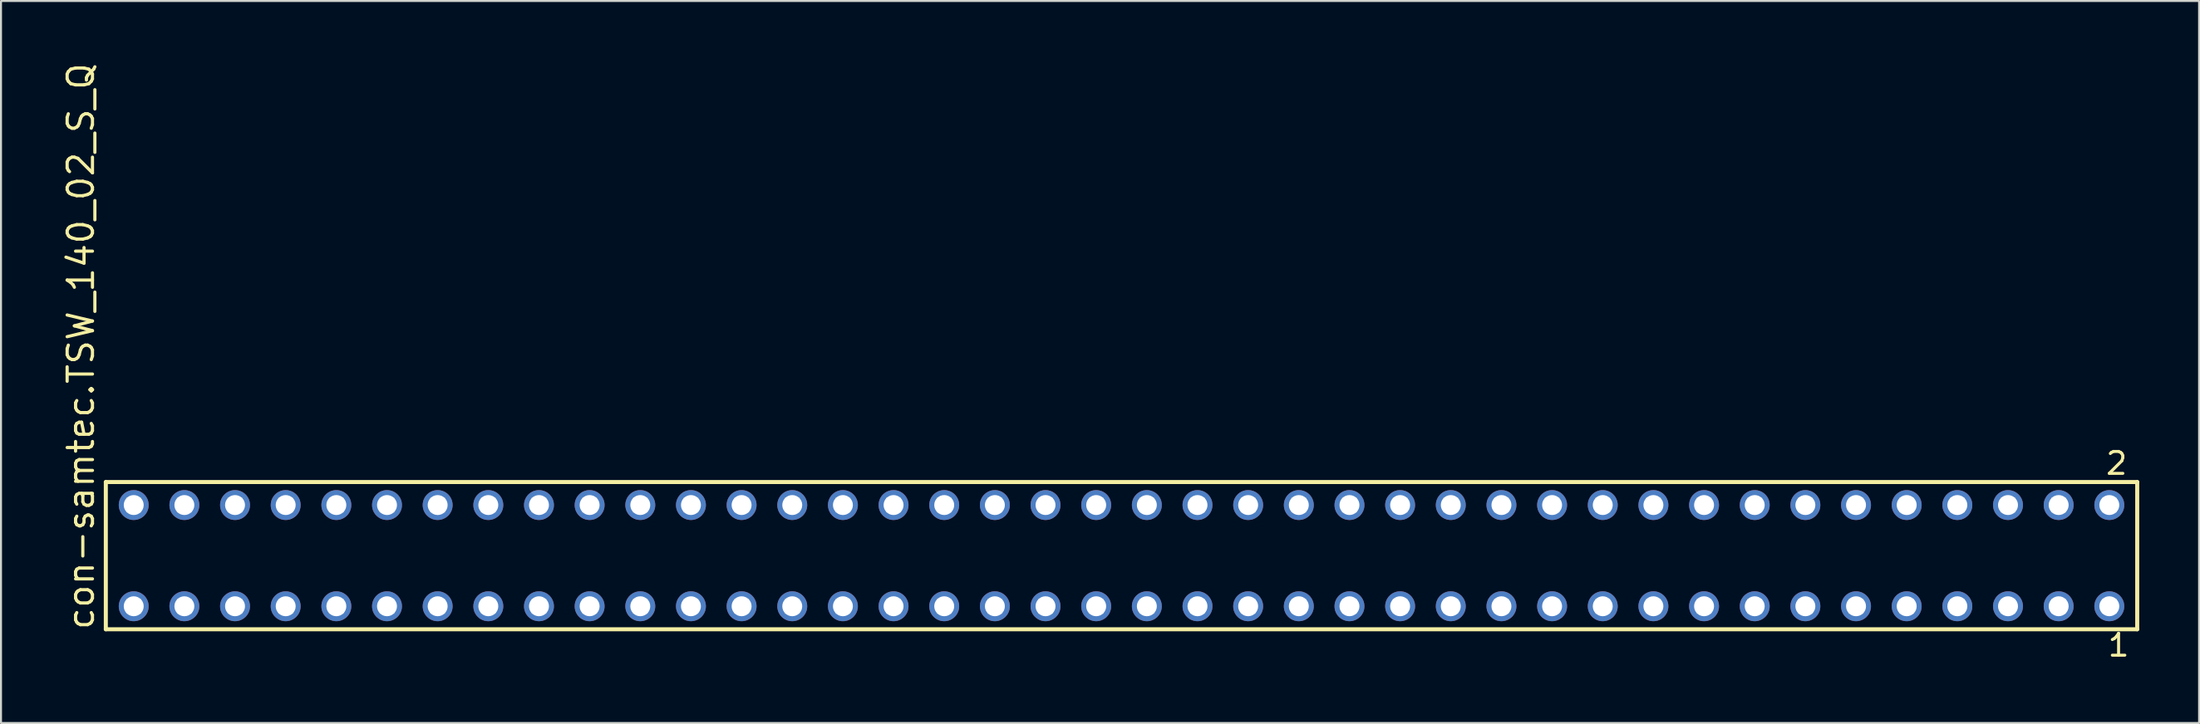
<source format=kicad_pcb>
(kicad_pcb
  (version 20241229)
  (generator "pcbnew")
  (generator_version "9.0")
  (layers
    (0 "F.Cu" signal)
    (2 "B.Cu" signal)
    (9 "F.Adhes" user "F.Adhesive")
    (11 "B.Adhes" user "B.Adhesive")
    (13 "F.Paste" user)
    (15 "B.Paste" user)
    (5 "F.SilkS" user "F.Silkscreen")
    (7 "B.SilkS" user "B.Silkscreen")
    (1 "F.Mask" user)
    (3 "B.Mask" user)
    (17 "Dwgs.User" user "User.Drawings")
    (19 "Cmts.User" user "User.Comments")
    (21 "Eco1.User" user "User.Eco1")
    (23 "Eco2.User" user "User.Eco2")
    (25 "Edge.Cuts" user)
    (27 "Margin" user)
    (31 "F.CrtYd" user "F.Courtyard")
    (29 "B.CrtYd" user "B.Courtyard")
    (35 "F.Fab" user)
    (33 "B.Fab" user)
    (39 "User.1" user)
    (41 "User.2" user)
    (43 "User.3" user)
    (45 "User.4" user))
  (footprint "con-samtec.TSW_140_02_S_Q"
    (layer "F.Cu")
    (at 53.185 24.84)
    (property "Reference" "con-samtec.TSW_140_02_S_Q" (at -51.435 3.81 90) (layer "F.SilkS") (effects (font (size 1.27 1.27) (thickness 0.16)) (justify left bottom)))
    (attr through_hole)
    (fp_line (start -50.929 -3.695) (end 50.929 -3.695) (stroke (width 0.203) (type default)) (layer "F.SilkS"))
    (fp_line (start -50.929 3.695) (end -50.929 -3.695) (stroke (width 0.203) (type default)) (layer "F.SilkS"))
    (fp_line (start 50.929 -3.695) (end 50.929 3.695) (stroke (width 0.203) (type default)) (layer "F.SilkS"))
    (fp_line (start 50.929 3.695) (end -50.929 3.695) (stroke (width 0.203) (type default)) (layer "F.SilkS"))
    (fp_rect (start -49.88 -2.19) (end -49.18 -2.89) (stroke (width 0.05) (type default)) (fill no) (layer "F.Fab"))
    (fp_rect (start -49.88 2.89) (end -49.18 2.19) (stroke (width 0.05) (type default)) (fill no) (layer "F.Fab"))
    (fp_rect (start -47.34 -2.19) (end -46.64 -2.89) (stroke (width 0.05) (type default)) (fill no) (layer "F.Fab"))
    (fp_rect (start -47.34 2.89) (end -46.64 2.19) (stroke (width 0.05) (type default)) (fill no) (layer "F.Fab"))
    (fp_rect (start -44.8 -2.19) (end -44.1 -2.89) (stroke (width 0.05) (type default)) (fill no) (layer "F.Fab"))
    (fp_rect (start -44.8 2.89) (end -44.1 2.19) (stroke (width 0.05) (type default)) (fill no) (layer "F.Fab"))
    (fp_rect (start -42.26 -2.19) (end -41.56 -2.89) (stroke (width 0.05) (type default)) (fill no) (layer "F.Fab"))
    (fp_rect (start -42.26 2.89) (end -41.56 2.19) (stroke (width 0.05) (type default)) (fill no) (layer "F.Fab"))
    (fp_rect (start -39.72 -2.19) (end -39.02 -2.89) (stroke (width 0.05) (type default)) (fill no) (layer "F.Fab"))
    (fp_rect (start -39.72 2.89) (end -39.02 2.19) (stroke (width 0.05) (type default)) (fill no) (layer "F.Fab"))
    (fp_rect (start -37.18 -2.19) (end -36.48 -2.89) (stroke (width 0.05) (type default)) (fill no) (layer "F.Fab"))
    (fp_rect (start -37.18 2.89) (end -36.48 2.19) (stroke (width 0.05) (type default)) (fill no) (layer "F.Fab"))
    (fp_rect (start -34.64 -2.19) (end -33.94 -2.89) (stroke (width 0.05) (type default)) (fill no) (layer "F.Fab"))
    (fp_rect (start -34.64 2.89) (end -33.94 2.19) (stroke (width 0.05) (type default)) (fill no) (layer "F.Fab"))
    (fp_rect (start -32.1 -2.19) (end -31.4 -2.89) (stroke (width 0.05) (type default)) (fill no) (layer "F.Fab"))
    (fp_rect (start -32.1 2.89) (end -31.4 2.19) (stroke (width 0.05) (type default)) (fill no) (layer "F.Fab"))
    (fp_rect (start -29.56 -2.19) (end -28.86 -2.89) (stroke (width 0.05) (type default)) (fill no) (layer "F.Fab"))
    (fp_rect (start -29.56 2.89) (end -28.86 2.19) (stroke (width 0.05) (type default)) (fill no) (layer "F.Fab"))
    (fp_rect (start -27.02 -2.19) (end -26.32 -2.89) (stroke (width 0.05) (type default)) (fill no) (layer "F.Fab"))
    (fp_rect (start -27.02 2.89) (end -26.32 2.19) (stroke (width 0.05) (type default)) (fill no) (layer "F.Fab"))
    (fp_rect (start -24.48 -2.19) (end -23.78 -2.89) (stroke (width 0.05) (type default)) (fill no) (layer "F.Fab"))
    (fp_rect (start -24.48 2.89) (end -23.78 2.19) (stroke (width 0.05) (type default)) (fill no) (layer "F.Fab"))
    (fp_rect (start -21.94 -2.19) (end -21.24 -2.89) (stroke (width 0.05) (type default)) (fill no) (layer "F.Fab"))
    (fp_rect (start -21.94 2.89) (end -21.24 2.19) (stroke (width 0.05) (type default)) (fill no) (layer "F.Fab"))
    (fp_rect (start -19.4 -2.19) (end -18.7 -2.89) (stroke (width 0.05) (type default)) (fill no) (layer "F.Fab"))
    (fp_rect (start -19.4 2.89) (end -18.7 2.19) (stroke (width 0.05) (type default)) (fill no) (layer "F.Fab"))
    (fp_rect (start -16.86 -2.19) (end -16.16 -2.89) (stroke (width 0.05) (type default)) (fill no) (layer "F.Fab"))
    (fp_rect (start -16.86 2.89) (end -16.16 2.19) (stroke (width 0.05) (type default)) (fill no) (layer "F.Fab"))
    (fp_rect (start -14.32 -2.19) (end -13.62 -2.89) (stroke (width 0.05) (type default)) (fill no) (layer "F.Fab"))
    (fp_rect (start -14.32 2.89) (end -13.62 2.19) (stroke (width 0.05) (type default)) (fill no) (layer "F.Fab"))
    (fp_rect (start -11.78 -2.19) (end -11.08 -2.89) (stroke (width 0.05) (type default)) (fill no) (layer "F.Fab"))
    (fp_rect (start -11.78 2.89) (end -11.08 2.19) (stroke (width 0.05) (type default)) (fill no) (layer "F.Fab"))
    (fp_rect (start -9.24 -2.19) (end -8.54 -2.89) (stroke (width 0.05) (type default)) (fill no) (layer "F.Fab"))
    (fp_rect (start -9.24 2.89) (end -8.54 2.19) (stroke (width 0.05) (type default)) (fill no) (layer "F.Fab"))
    (fp_rect (start -6.7 -2.19) (end -6 -2.89) (stroke (width 0.05) (type default)) (fill no) (layer "F.Fab"))
    (fp_rect (start -6.7 2.89) (end -6 2.19) (stroke (width 0.05) (type default)) (fill no) (layer "F.Fab"))
    (fp_rect (start -4.16 -2.19) (end -3.46 -2.89) (stroke (width 0.05) (type default)) (fill no) (layer "F.Fab"))
    (fp_rect (start -4.16 2.89) (end -3.46 2.19) (stroke (width 0.05) (type default)) (fill no) (layer "F.Fab"))
    (fp_rect (start -1.62 -2.19) (end -0.92 -2.89) (stroke (width 0.05) (type default)) (fill no) (layer "F.Fab"))
    (fp_rect (start -1.62 2.89) (end -0.92 2.19) (stroke (width 0.05) (type default)) (fill no) (layer "F.Fab"))
    (fp_rect (start 0.92 -2.19) (end 1.62 -2.89) (stroke (width 0.05) (type default)) (fill no) (layer "F.Fab"))
    (fp_rect (start 0.92 2.89) (end 1.62 2.19) (stroke (width 0.05) (type default)) (fill no) (layer "F.Fab"))
    (fp_rect (start 3.46 -2.19) (end 4.16 -2.89) (stroke (width 0.05) (type default)) (fill no) (layer "F.Fab"))
    (fp_rect (start 3.46 2.89) (end 4.16 2.19) (stroke (width 0.05) (type default)) (fill no) (layer "F.Fab"))
    (fp_rect (start 6 -2.19) (end 6.7 -2.89) (stroke (width 0.05) (type default)) (fill no) (layer "F.Fab"))
    (fp_rect (start 6 2.89) (end 6.7 2.19) (stroke (width 0.05) (type default)) (fill no) (layer "F.Fab"))
    (fp_rect (start 8.54 -2.19) (end 9.24 -2.89) (stroke (width 0.05) (type default)) (fill no) (layer "F.Fab"))
    (fp_rect (start 8.54 2.89) (end 9.24 2.19) (stroke (width 0.05) (type default)) (fill no) (layer "F.Fab"))
    (fp_rect (start 11.08 -2.19) (end 11.78 -2.89) (stroke (width 0.05) (type default)) (fill no) (layer "F.Fab"))
    (fp_rect (start 11.08 2.89) (end 11.78 2.19) (stroke (width 0.05) (type default)) (fill no) (layer "F.Fab"))
    (fp_rect (start 13.62 -2.19) (end 14.32 -2.89) (stroke (width 0.05) (type default)) (fill no) (layer "F.Fab"))
    (fp_rect (start 13.62 2.89) (end 14.32 2.19) (stroke (width 0.05) (type default)) (fill no) (layer "F.Fab"))
    (fp_rect (start 16.16 -2.19) (end 16.86 -2.89) (stroke (width 0.05) (type default)) (fill no) (layer "F.Fab"))
    (fp_rect (start 16.16 2.89) (end 16.86 2.19) (stroke (width 0.05) (type default)) (fill no) (layer "F.Fab"))
    (fp_rect (start 18.7 -2.19) (end 19.4 -2.89) (stroke (width 0.05) (type default)) (fill no) (layer "F.Fab"))
    (fp_rect (start 18.7 2.89) (end 19.4 2.19) (stroke (width 0.05) (type default)) (fill no) (layer "F.Fab"))
    (fp_rect (start 21.24 -2.19) (end 21.94 -2.89) (stroke (width 0.05) (type default)) (fill no) (layer "F.Fab"))
    (fp_rect (start 21.24 2.89) (end 21.94 2.19) (stroke (width 0.05) (type default)) (fill no) (layer "F.Fab"))
    (fp_rect (start 23.78 -2.19) (end 24.48 -2.89) (stroke (width 0.05) (type default)) (fill no) (layer "F.Fab"))
    (fp_rect (start 23.78 2.89) (end 24.48 2.19) (stroke (width 0.05) (type default)) (fill no) (layer "F.Fab"))
    (fp_rect (start 26.32 -2.19) (end 27.02 -2.89) (stroke (width 0.05) (type default)) (fill no) (layer "F.Fab"))
    (fp_rect (start 26.32 2.89) (end 27.02 2.19) (stroke (width 0.05) (type default)) (fill no) (layer "F.Fab"))
    (fp_rect (start 28.86 -2.19) (end 29.56 -2.89) (stroke (width 0.05) (type default)) (fill no) (layer "F.Fab"))
    (fp_rect (start 28.86 2.89) (end 29.56 2.19) (stroke (width 0.05) (type default)) (fill no) (layer "F.Fab"))
    (fp_rect (start 31.4 -2.19) (end 32.1 -2.89) (stroke (width 0.05) (type default)) (fill no) (layer "F.Fab"))
    (fp_rect (start 31.4 2.89) (end 32.1 2.19) (stroke (width 0.05) (type default)) (fill no) (layer "F.Fab"))
    (fp_rect (start 33.94 -2.19) (end 34.64 -2.89) (stroke (width 0.05) (type default)) (fill no) (layer "F.Fab"))
    (fp_rect (start 33.94 2.89) (end 34.64 2.19) (stroke (width 0.05) (type default)) (fill no) (layer "F.Fab"))
    (fp_rect (start 36.48 -2.19) (end 37.18 -2.89) (stroke (width 0.05) (type default)) (fill no) (layer "F.Fab"))
    (fp_rect (start 36.48 2.89) (end 37.18 2.19) (stroke (width 0.05) (type default)) (fill no) (layer "F.Fab"))
    (fp_rect (start 39.02 -2.19) (end 39.72 -2.89) (stroke (width 0.05) (type default)) (fill no) (layer "F.Fab"))
    (fp_rect (start 39.02 2.89) (end 39.72 2.19) (stroke (width 0.05) (type default)) (fill no) (layer "F.Fab"))
    (fp_rect (start 41.56 -2.19) (end 42.26 -2.89) (stroke (width 0.05) (type default)) (fill no) (layer "F.Fab"))
    (fp_rect (start 41.56 2.89) (end 42.26 2.19) (stroke (width 0.05) (type default)) (fill no) (layer "F.Fab"))
    (fp_rect (start 44.1 -2.19) (end 44.8 -2.89) (stroke (width 0.05) (type default)) (fill no) (layer "F.Fab"))
    (fp_rect (start 44.1 2.89) (end 44.8 2.19) (stroke (width 0.05) (type default)) (fill no) (layer "F.Fab"))
    (fp_rect (start 46.64 -2.19) (end 47.34 -2.89) (stroke (width 0.05) (type default)) (fill no) (layer "F.Fab"))
    (fp_rect (start 46.64 2.89) (end 47.34 2.19) (stroke (width 0.05) (type default)) (fill no) (layer "F.Fab"))
    (fp_rect (start 49.18 -2.19) (end 49.88 -2.89) (stroke (width 0.05) (type default)) (fill no) (layer "F.Fab"))
    (fp_rect (start 49.18 2.89) (end 49.88 2.19) (stroke (width 0.05) (type default)) (fill no) (layer "F.Fab"))
    (fp_text user "1" (at 49.372 5.138 0) (layer "F.SilkS") (effects (font (size 1.1 1.1) (thickness 0.15)) (justify left bottom)))
    (fp_text user "2" (at 49.272 -3.989 0) (layer "F.SilkS") (effects (font (size 1.1 1.1) (thickness 0.15)) (justify left bottom)))
    (pad "1" thru_hole circle (at 49.53 2.54 180) (size 1.5 1.5) (drill 1) (layers "*.Cu" "*.Mask"))
    (pad "2" thru_hole circle (at 49.53 -2.54 180) (size 1.5 1.5) (drill 1) (layers "*.Cu" "*.Mask"))
    (pad "3" thru_hole circle (at 46.99 2.54 180) (size 1.5 1.5) (drill 1) (layers "*.Cu" "*.Mask"))
    (pad "4" thru_hole circle (at 46.99 -2.54 180) (size 1.5 1.5) (drill 1) (layers "*.Cu" "*.Mask"))
    (pad "5" thru_hole circle (at 44.45 2.54 180) (size 1.5 1.5) (drill 1) (layers "*.Cu" "*.Mask"))
    (pad "6" thru_hole circle (at 44.45 -2.54 180) (size 1.5 1.5) (drill 1) (layers "*.Cu" "*.Mask"))
    (pad "7" thru_hole circle (at 41.91 2.54 180) (size 1.5 1.5) (drill 1) (layers "*.Cu" "*.Mask"))
    (pad "8" thru_hole circle (at 41.91 -2.54 180) (size 1.5 1.5) (drill 1) (layers "*.Cu" "*.Mask"))
    (pad "9" thru_hole circle (at 39.37 2.54 180) (size 1.5 1.5) (drill 1) (layers "*.Cu" "*.Mask"))
    (pad "10" thru_hole circle (at 39.37 -2.54 180) (size 1.5 1.5) (drill 1) (layers "*.Cu" "*.Mask"))
    (pad "11" thru_hole circle (at 36.83 2.54 180) (size 1.5 1.5) (drill 1) (layers "*.Cu" "*.Mask"))
    (pad "12" thru_hole circle (at 36.83 -2.54 180) (size 1.5 1.5) (drill 1) (layers "*.Cu" "*.Mask"))
    (pad "13" thru_hole circle (at 34.29 2.54 180) (size 1.5 1.5) (drill 1) (layers "*.Cu" "*.Mask"))
    (pad "14" thru_hole circle (at 34.29 -2.54 180) (size 1.5 1.5) (drill 1) (layers "*.Cu" "*.Mask"))
    (pad "15" thru_hole circle (at 31.75 2.54 180) (size 1.5 1.5) (drill 1) (layers "*.Cu" "*.Mask"))
    (pad "16" thru_hole circle (at 31.75 -2.54 180) (size 1.5 1.5) (drill 1) (layers "*.Cu" "*.Mask"))
    (pad "17" thru_hole circle (at 29.21 2.54 180) (size 1.5 1.5) (drill 1) (layers "*.Cu" "*.Mask"))
    (pad "18" thru_hole circle (at 29.21 -2.54 180) (size 1.5 1.5) (drill 1) (layers "*.Cu" "*.Mask"))
    (pad "19" thru_hole circle (at 26.67 2.54 180) (size 1.5 1.5) (drill 1) (layers "*.Cu" "*.Mask"))
    (pad "20" thru_hole circle (at 26.67 -2.54 180) (size 1.5 1.5) (drill 1) (layers "*.Cu" "*.Mask"))
    (pad "21" thru_hole circle (at 24.13 2.54 180) (size 1.5 1.5) (drill 1) (layers "*.Cu" "*.Mask"))
    (pad "22" thru_hole circle (at 24.13 -2.54 180) (size 1.5 1.5) (drill 1) (layers "*.Cu" "*.Mask"))
    (pad "23" thru_hole circle (at 21.59 2.54 180) (size 1.5 1.5) (drill 1) (layers "*.Cu" "*.Mask"))
    (pad "24" thru_hole circle (at 21.59 -2.54 180) (size 1.5 1.5) (drill 1) (layers "*.Cu" "*.Mask"))
    (pad "25" thru_hole circle (at 19.05 2.54 180) (size 1.5 1.5) (drill 1) (layers "*.Cu" "*.Mask"))
    (pad "26" thru_hole circle (at 19.05 -2.54 180) (size 1.5 1.5) (drill 1) (layers "*.Cu" "*.Mask"))
    (pad "27" thru_hole circle (at 16.51 2.54 180) (size 1.5 1.5) (drill 1) (layers "*.Cu" "*.Mask"))
    (pad "28" thru_hole circle (at 16.51 -2.54 180) (size 1.5 1.5) (drill 1) (layers "*.Cu" "*.Mask"))
    (pad "29" thru_hole circle (at 13.97 2.54 180) (size 1.5 1.5) (drill 1) (layers "*.Cu" "*.Mask"))
    (pad "30" thru_hole circle (at 13.97 -2.54 180) (size 1.5 1.5) (drill 1) (layers "*.Cu" "*.Mask"))
    (pad "31" thru_hole circle (at 11.43 2.54 180) (size 1.5 1.5) (drill 1) (layers "*.Cu" "*.Mask"))
    (pad "32" thru_hole circle (at 11.43 -2.54 180) (size 1.5 1.5) (drill 1) (layers "*.Cu" "*.Mask"))
    (pad "33" thru_hole circle (at 8.89 2.54 180) (size 1.5 1.5) (drill 1) (layers "*.Cu" "*.Mask"))
    (pad "34" thru_hole circle (at 8.89 -2.54 180) (size 1.5 1.5) (drill 1) (layers "*.Cu" "*.Mask"))
    (pad "35" thru_hole circle (at 6.35 2.54 180) (size 1.5 1.5) (drill 1) (layers "*.Cu" "*.Mask"))
    (pad "36" thru_hole circle (at 6.35 -2.54 180) (size 1.5 1.5) (drill 1) (layers "*.Cu" "*.Mask"))
    (pad "37" thru_hole circle (at 3.81 2.54 180) (size 1.5 1.5) (drill 1) (layers "*.Cu" "*.Mask"))
    (pad "38" thru_hole circle (at 3.81 -2.54 180) (size 1.5 1.5) (drill 1) (layers "*.Cu" "*.Mask"))
    (pad "39" thru_hole circle (at 1.27 2.54 180) (size 1.5 1.5) (drill 1) (layers "*.Cu" "*.Mask"))
    (pad "40" thru_hole circle (at 1.27 -2.54 180) (size 1.5 1.5) (drill 1) (layers "*.Cu" "*.Mask"))
    (pad "41" thru_hole circle (at -1.27 2.54 180) (size 1.5 1.5) (drill 1) (layers "*.Cu" "*.Mask"))
    (pad "42" thru_hole circle (at -1.27 -2.54 180) (size 1.5 1.5) (drill 1) (layers "*.Cu" "*.Mask"))
    (pad "43" thru_hole circle (at -3.81 2.54 180) (size 1.5 1.5) (drill 1) (layers "*.Cu" "*.Mask"))
    (pad "44" thru_hole circle (at -3.81 -2.54 180) (size 1.5 1.5) (drill 1) (layers "*.Cu" "*.Mask"))
    (pad "45" thru_hole circle (at -6.35 2.54 180) (size 1.5 1.5) (drill 1) (layers "*.Cu" "*.Mask"))
    (pad "46" thru_hole circle (at -6.35 -2.54 180) (size 1.5 1.5) (drill 1) (layers "*.Cu" "*.Mask"))
    (pad "47" thru_hole circle (at -8.89 2.54 180) (size 1.5 1.5) (drill 1) (layers "*.Cu" "*.Mask"))
    (pad "48" thru_hole circle (at -8.89 -2.54 180) (size 1.5 1.5) (drill 1) (layers "*.Cu" "*.Mask"))
    (pad "49" thru_hole circle (at -11.43 2.54 180) (size 1.5 1.5) (drill 1) (layers "*.Cu" "*.Mask"))
    (pad "50" thru_hole circle (at -11.43 -2.54 180) (size 1.5 1.5) (drill 1) (layers "*.Cu" "*.Mask"))
    (pad "51" thru_hole circle (at -13.97 2.54 180) (size 1.5 1.5) (drill 1) (layers "*.Cu" "*.Mask"))
    (pad "52" thru_hole circle (at -13.97 -2.54 180) (size 1.5 1.5) (drill 1) (layers "*.Cu" "*.Mask"))
    (pad "53" thru_hole circle (at -16.51 2.54 180) (size 1.5 1.5) (drill 1) (layers "*.Cu" "*.Mask"))
    (pad "54" thru_hole circle (at -16.51 -2.54 180) (size 1.5 1.5) (drill 1) (layers "*.Cu" "*.Mask"))
    (pad "55" thru_hole circle (at -19.05 2.54 180) (size 1.5 1.5) (drill 1) (layers "*.Cu" "*.Mask"))
    (pad "56" thru_hole circle (at -19.05 -2.54 180) (size 1.5 1.5) (drill 1) (layers "*.Cu" "*.Mask"))
    (pad "57" thru_hole circle (at -21.59 2.54 180) (size 1.5 1.5) (drill 1) (layers "*.Cu" "*.Mask"))
    (pad "58" thru_hole circle (at -21.59 -2.54 180) (size 1.5 1.5) (drill 1) (layers "*.Cu" "*.Mask"))
    (pad "59" thru_hole circle (at -24.13 2.54 180) (size 1.5 1.5) (drill 1) (layers "*.Cu" "*.Mask"))
    (pad "60" thru_hole circle (at -24.13 -2.54 180) (size 1.5 1.5) (drill 1) (layers "*.Cu" "*.Mask"))
    (pad "61" thru_hole circle (at -26.67 2.54 180) (size 1.5 1.5) (drill 1) (layers "*.Cu" "*.Mask"))
    (pad "62" thru_hole circle (at -26.67 -2.54 180) (size 1.5 1.5) (drill 1) (layers "*.Cu" "*.Mask"))
    (pad "63" thru_hole circle (at -29.21 2.54 180) (size 1.5 1.5) (drill 1) (layers "*.Cu" "*.Mask"))
    (pad "64" thru_hole circle (at -29.21 -2.54 180) (size 1.5 1.5) (drill 1) (layers "*.Cu" "*.Mask"))
    (pad "65" thru_hole circle (at -31.75 2.54 180) (size 1.5 1.5) (drill 1) (layers "*.Cu" "*.Mask"))
    (pad "66" thru_hole circle (at -31.75 -2.54 180) (size 1.5 1.5) (drill 1) (layers "*.Cu" "*.Mask"))
    (pad "67" thru_hole circle (at -34.29 2.54 180) (size 1.5 1.5) (drill 1) (layers "*.Cu" "*.Mask"))
    (pad "68" thru_hole circle (at -34.29 -2.54 180) (size 1.5 1.5) (drill 1) (layers "*.Cu" "*.Mask"))
    (pad "69" thru_hole circle (at -36.83 2.54 180) (size 1.5 1.5) (drill 1) (layers "*.Cu" "*.Mask"))
    (pad "70" thru_hole circle (at -36.83 -2.54 180) (size 1.5 1.5) (drill 1) (layers "*.Cu" "*.Mask"))
    (pad "71" thru_hole circle (at -39.37 2.54 180) (size 1.5 1.5) (drill 1) (layers "*.Cu" "*.Mask"))
    (pad "72" thru_hole circle (at -39.37 -2.54 180) (size 1.5 1.5) (drill 1) (layers "*.Cu" "*.Mask"))
    (pad "73" thru_hole circle (at -41.91 2.54 180) (size 1.5 1.5) (drill 1) (layers "*.Cu" "*.Mask"))
    (pad "74" thru_hole circle (at -41.91 -2.54 180) (size 1.5 1.5) (drill 1) (layers "*.Cu" "*.Mask"))
    (pad "75" thru_hole circle (at -44.45 2.54 180) (size 1.5 1.5) (drill 1) (layers "*.Cu" "*.Mask"))
    (pad "76" thru_hole circle (at -44.45 -2.54 180) (size 1.5 1.5) (drill 1) (layers "*.Cu" "*.Mask"))
    (pad "77" thru_hole circle (at -46.99 2.54 180) (size 1.5 1.5) (drill 1) (layers "*.Cu" "*.Mask"))
    (pad "78" thru_hole circle (at -46.99 -2.54 180) (size 1.5 1.5) (drill 1) (layers "*.Cu" "*.Mask"))
    (pad "79" thru_hole circle (at -49.53 2.54 180) (size 1.5 1.5) (drill 1) (layers "*.Cu" "*.Mask"))
    (pad "80" thru_hole circle (at -49.53 -2.54 180) (size 1.5 1.5) (drill 1) (layers "*.Cu" "*.Mask")))
  (gr_rect
    (start -3 -3)
    (end 107.216 33.241)
    (stroke (width 0.1) (type default))
    (fill no)
    (layer "Edge.Cuts")))
</source>
